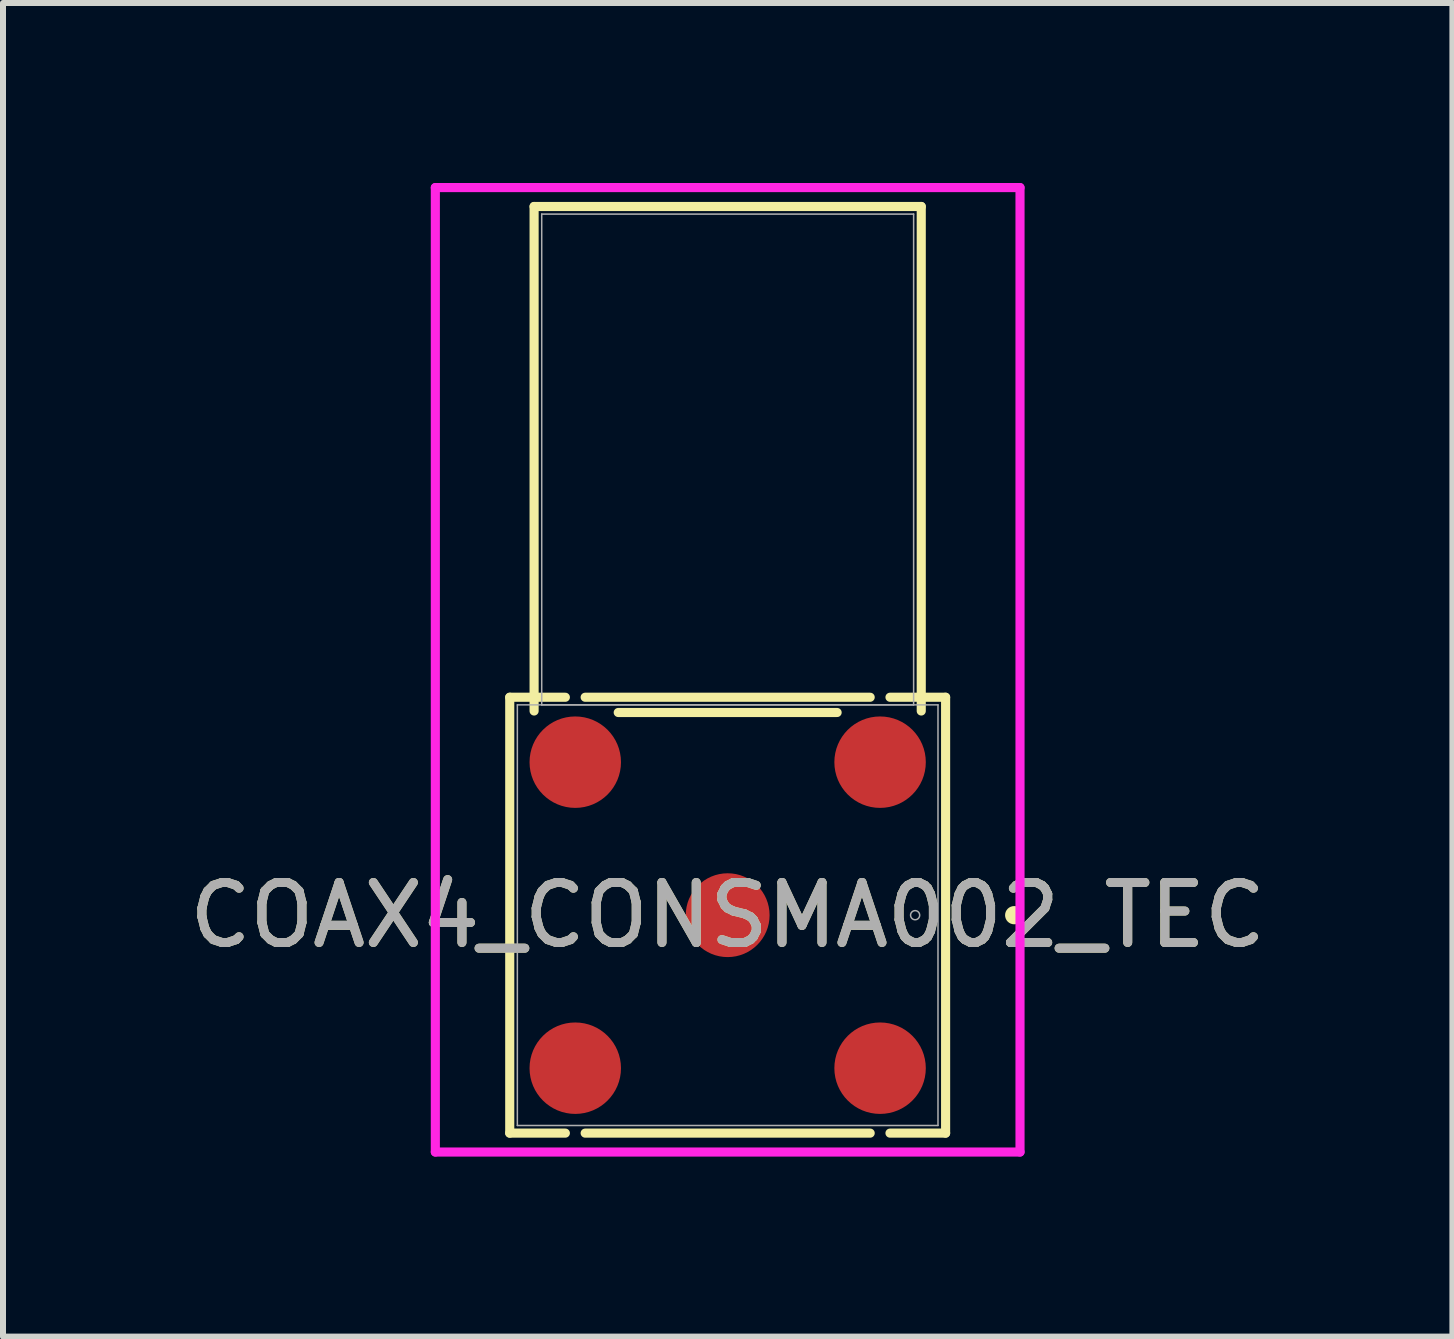
<source format=kicad_pcb>
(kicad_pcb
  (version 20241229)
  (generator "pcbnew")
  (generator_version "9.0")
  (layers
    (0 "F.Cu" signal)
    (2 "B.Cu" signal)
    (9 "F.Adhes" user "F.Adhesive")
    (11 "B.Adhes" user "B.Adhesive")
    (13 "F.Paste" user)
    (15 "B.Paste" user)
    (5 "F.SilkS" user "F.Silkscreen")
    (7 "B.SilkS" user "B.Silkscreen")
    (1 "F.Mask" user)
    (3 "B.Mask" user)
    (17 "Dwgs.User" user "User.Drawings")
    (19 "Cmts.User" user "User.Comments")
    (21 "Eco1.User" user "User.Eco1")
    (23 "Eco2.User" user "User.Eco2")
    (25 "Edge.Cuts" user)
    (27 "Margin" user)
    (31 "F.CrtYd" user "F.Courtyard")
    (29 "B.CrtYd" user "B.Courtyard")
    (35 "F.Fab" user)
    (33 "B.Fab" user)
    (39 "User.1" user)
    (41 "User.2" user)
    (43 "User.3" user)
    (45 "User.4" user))
  (footprint "COAX4_CONSMA002_TEC"
    (layer "F.Cu")
    (at 9.077 12.202)
    (property "Reference" "COAX4_CONSMA002_TEC" (at 0 0 0) (unlocked yes) (layer "F.SilkS") (effects (font (size 1 1) (thickness 0.15))))
    (attr smd)
    (fp_line (start -3.632 -3.632) (end -3.632 3.632) (stroke (width 0.152) (type solid)) (layer "F.SilkS"))
    (fp_line (start -3.632 3.632) (end -2.705 3.632) (stroke (width 0.152) (type solid)) (layer "F.SilkS"))
    (fp_line (start -3.226 -11.811) (end -3.226 -3.403) (stroke (width 0.152) (type solid)) (layer "F.SilkS"))
    (fp_line (start -2.705 -3.632) (end -3.632 -3.632) (stroke (width 0.152) (type solid)) (layer "F.SilkS"))
    (fp_line (start -2.375 3.632) (end 2.375 3.632) (stroke (width 0.152) (type solid)) (layer "F.SilkS"))
    (fp_line (start -1.824 -3.378) (end 1.824 -3.378) (stroke (width 0.152) (type solid)) (layer "F.SilkS"))
    (fp_line (start 2.375 -3.632) (end -2.375 -3.632) (stroke (width 0.152) (type solid)) (layer "F.SilkS"))
    (fp_line (start 2.705 3.632) (end 3.632 3.632) (stroke (width 0.152) (type solid)) (layer "F.SilkS"))
    (fp_line (start 3.226 -11.811) (end -3.226 -11.811) (stroke (width 0.152) (type solid)) (layer "F.SilkS"))
    (fp_line (start 3.226 -3.403) (end 3.226 -11.811) (stroke (width 0.152) (type solid)) (layer "F.SilkS"))
    (fp_line (start 3.632 -3.632) (end 2.705 -3.632) (stroke (width 0.152) (type solid)) (layer "F.SilkS"))
    (fp_line (start 3.632 3.632) (end 3.632 -3.632) (stroke (width 0.152) (type solid)) (layer "F.SilkS"))
    (fp_circle (center 4.775 0) (end 4.851 0) (stroke (width 0.152) (type solid)) (fill no) (layer "F.SilkS"))
    (fp_line (start -4.872 -12.126) (end 4.872 -12.126) (stroke (width 0.152) (type solid)) (layer "F.CrtYd"))
    (fp_line (start -4.872 3.947) (end -4.872 -12.126) (stroke (width 0.152) (type solid)) (layer "F.CrtYd"))
    (fp_line (start 4.872 -12.126) (end 4.872 3.947) (stroke (width 0.152) (type solid)) (layer "F.CrtYd"))
    (fp_line (start 4.872 3.947) (end -4.872 3.947) (stroke (width 0.152) (type solid)) (layer "F.CrtYd"))
    (fp_line (start -3.505 -3.505) (end -3.505 3.505) (stroke (width 0.025) (type solid)) (layer "F.Fab"))
    (fp_line (start -3.505 3.505) (end 3.505 3.505) (stroke (width 0.025) (type solid)) (layer "F.Fab"))
    (fp_line (start -3.099 -11.684) (end -3.099 -3.505) (stroke (width 0.025) (type solid)) (layer "F.Fab"))
    (fp_line (start -3.099 -3.505) (end 3.099 -3.505) (stroke (width 0.025) (type solid)) (layer "F.Fab"))
    (fp_line (start 3.099 -11.684) (end -3.099 -11.684) (stroke (width 0.025) (type solid)) (layer "F.Fab"))
    (fp_line (start 3.099 -3.505) (end 3.099 -11.684) (stroke (width 0.025) (type solid)) (layer "F.Fab"))
    (fp_line (start 3.505 -3.505) (end -3.505 -3.505) (stroke (width 0.025) (type solid)) (layer "F.Fab"))
    (fp_line (start 3.505 3.505) (end 3.505 -3.505) (stroke (width 0.025) (type solid)) (layer "F.Fab"))
    (fp_circle (center 3.124 0) (end 3.2 0) (stroke (width 0.025) (type solid)) (fill no) (layer "F.Fab"))
    (fp_text user "${REFERENCE}" (at 0 0 0) (unlocked yes) (layer "F.Fab") (effects (font (size 1 1) (thickness 0.15))))
    (pad "1" smd circle (at 0 0) (size 1.397 1.397) (layers "F.Cu" "F.Mask" "F.Paste"))
    (pad "2" smd circle (at -2.54 -2.55) (size 1.524 1.524) (layers "F.Cu" "F.Mask" "F.Paste"))
    (pad "3" smd circle (at -2.54 2.55) (size 1.524 1.524) (layers "F.Cu" "F.Mask" "F.Paste"))
    (pad "4" smd circle (at 2.54 2.55) (size 1.524 1.524) (layers "F.Cu" "F.Mask" "F.Paste"))
    (pad "5" smd circle (at 2.54 -2.55) (size 1.524 1.524) (layers "F.Cu" "F.Mask" "F.Paste")))
  (gr_rect
    (start -3 -3)
    (end 21.155 19.225)
    (stroke (width 0.1) (type default))
    (fill no)
    (layer "Edge.Cuts")))
</source>
